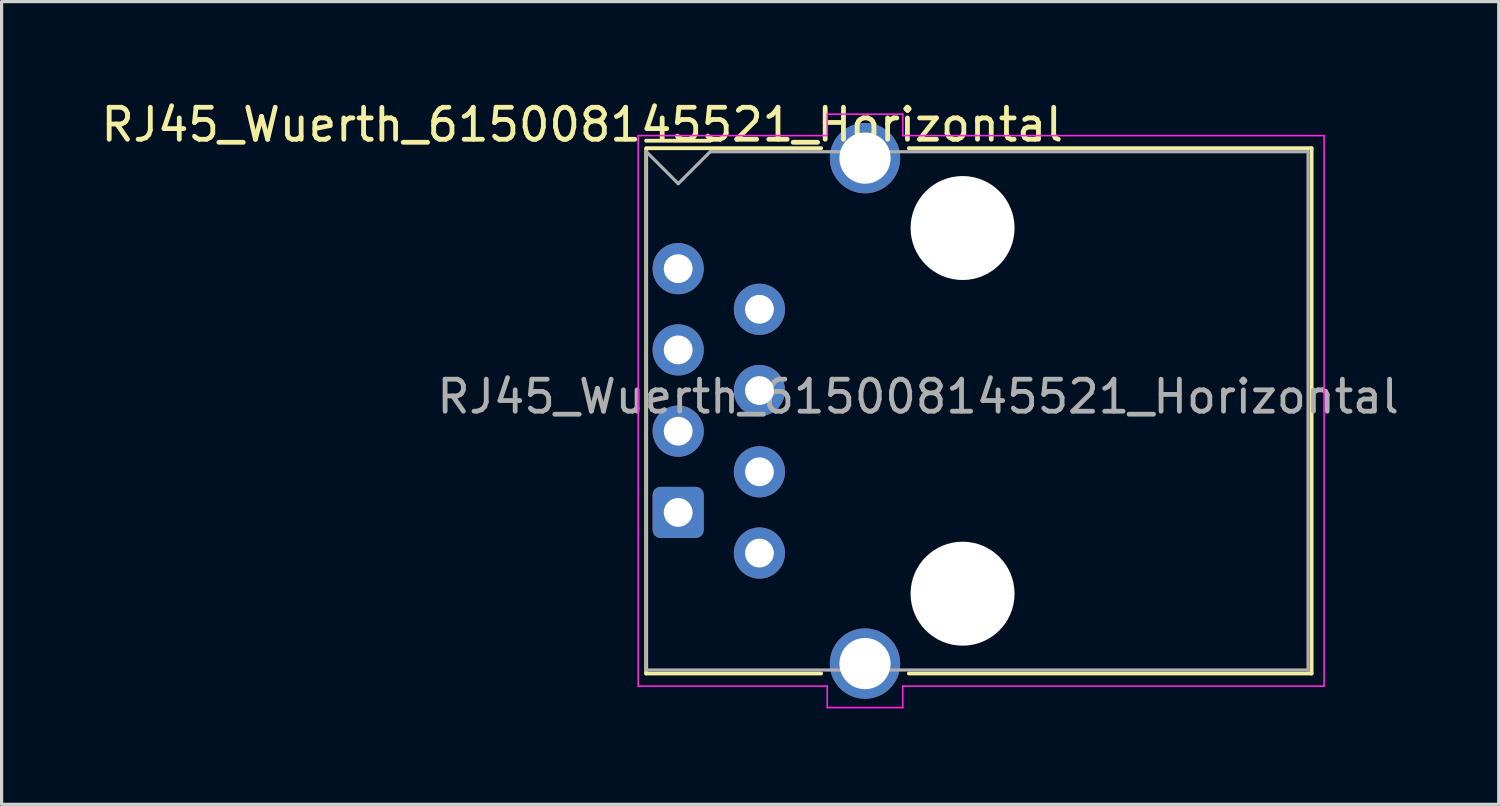
<source format=kicad_pcb>
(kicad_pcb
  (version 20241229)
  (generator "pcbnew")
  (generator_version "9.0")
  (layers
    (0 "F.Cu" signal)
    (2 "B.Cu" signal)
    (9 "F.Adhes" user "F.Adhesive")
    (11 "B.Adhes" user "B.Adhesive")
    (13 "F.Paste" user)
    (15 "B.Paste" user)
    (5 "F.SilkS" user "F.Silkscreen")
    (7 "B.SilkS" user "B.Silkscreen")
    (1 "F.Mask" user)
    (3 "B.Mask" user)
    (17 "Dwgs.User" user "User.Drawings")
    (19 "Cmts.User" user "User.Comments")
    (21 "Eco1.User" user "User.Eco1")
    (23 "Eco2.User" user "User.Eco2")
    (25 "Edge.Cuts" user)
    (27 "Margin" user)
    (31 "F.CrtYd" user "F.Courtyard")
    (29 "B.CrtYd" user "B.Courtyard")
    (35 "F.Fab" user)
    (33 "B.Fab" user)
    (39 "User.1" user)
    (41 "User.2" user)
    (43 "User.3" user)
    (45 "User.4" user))
  (footprint "RJ45_Wuerth_615008145521_Horizontal"
    (layer "F.Cu")
    (at 18.149 5.348)
    (property "Reference" "RJ45_Wuerth_615008145521_Horizontal" (at -3 -4.5 180) (layer "F.SilkS") (effects (font (size 1 1) (thickness 0.15))))
    (attr through_hole)
    (fp_line (start -1 -4) (end 1 -4) (stroke (width 0.12) (type solid)) (layer "F.SilkS"))
    (fp_line (start -1 -3.75) (end -1 12.655) (stroke (width 0.12) (type solid)) (layer "F.SilkS"))
    (fp_line (start -1 12.655) (end 4.47 12.655) (stroke (width 0.12) (type solid)) (layer "F.SilkS"))
    (fp_line (start 4.47 -3.765) (end -1 -3.765) (stroke (width 0.12) (type solid)) (layer "F.SilkS"))
    (fp_line (start 7.21 12.655) (end 19.8 12.655) (stroke (width 0.12) (type solid)) (layer "F.SilkS"))
    (fp_line (start 19.8 -3.765) (end 7.21 -3.765) (stroke (width 0.12) (type solid)) (layer "F.SilkS"))
    (fp_line (start 19.8 12.655) (end 19.8 -3.765) (stroke (width 0.12) (type solid)) (layer "F.SilkS"))
    (fp_line (start -1.25 -4.16) (end -1.25 13.05) (stroke (width 0.05) (type solid)) (layer "F.CrtYd"))
    (fp_line (start 4.66 -4.83) (end 4.66 -4.16) (stroke (width 0.05) (type solid)) (layer "F.CrtYd"))
    (fp_line (start 4.66 -4.16) (end -1.25 -4.16) (stroke (width 0.05) (type solid)) (layer "F.CrtYd"))
    (fp_line (start 4.66 13.05) (end -1.25 13.05) (stroke (width 0.05) (type solid)) (layer "F.CrtYd"))
    (fp_line (start 4.66 13.05) (end 4.66 13.72) (stroke (width 0.05) (type solid)) (layer "F.CrtYd"))
    (fp_line (start 7.02 -4.83) (end 4.66 -4.83) (stroke (width 0.05) (type solid)) (layer "F.CrtYd"))
    (fp_line (start 7.02 -4.83) (end 7.02 -4.16) (stroke (width 0.05) (type solid)) (layer "F.CrtYd"))
    (fp_line (start 7.02 13.05) (end 7.02 13.72) (stroke (width 0.05) (type solid)) (layer "F.CrtYd"))
    (fp_line (start 7.02 13.72) (end 4.66 13.72) (stroke (width 0.05) (type solid)) (layer "F.CrtYd"))
    (fp_line (start 20.19 -4.16) (end 7.02 -4.16) (stroke (width 0.05) (type solid)) (layer "F.CrtYd"))
    (fp_line (start 20.19 13.05) (end 7.02 13.05) (stroke (width 0.05) (type solid)) (layer "F.CrtYd"))
    (fp_line (start 20.19 13.05) (end 20.19 -4.16) (stroke (width 0.05) (type solid)) (layer "F.CrtYd"))
    (fp_line (start -1 -3.655) (end -1 -3.66) (stroke (width 0.1) (type solid)) (layer "F.Fab"))
    (fp_line (start -1 -3.655) (end -1 12.545) (stroke (width 0.1) (type solid)) (layer "F.Fab"))
    (fp_line (start -1 12.545) (end 19.69 12.545) (stroke (width 0.1) (type solid)) (layer "F.Fab"))
    (fp_line (start 0 -2.66) (end -1 -3.66) (stroke (width 0.1) (type solid)) (layer "F.Fab"))
    (fp_line (start 0 -2.655) (end 1 -3.655) (stroke (width 0.1) (type solid)) (layer "F.Fab"))
    (fp_line (start 19.69 -3.655) (end 1 -3.655) (stroke (width 0.1) (type solid)) (layer "F.Fab"))
    (fp_line (start 19.69 12.545) (end 19.69 -3.655) (stroke (width 0.1) (type solid)) (layer "F.Fab"))
    (fp_text user "${REFERENCE}" (at 7.5 4 0) (layer "F.Fab") (effects (font (size 1 1) (thickness 0.15))))
    (pad "" np_thru_hole circle (at 8.89 -1.27 90) (size 3.25 3.25) (drill 3.25) (layers "*.Cu" "*.Mask"))
    (pad "" np_thru_hole circle (at 8.89 10.16 90) (size 3.25 3.25) (drill 3.25) (layers "*.Cu" "*.Mask"))
    (pad "1" thru_hole roundrect (at 0 7.62 90) (size 1.6 1.6) (drill 0.9) (layers "*.Cu" "*.Mask") (roundrect_rratio 0.155))
    (pad "2" thru_hole circle (at 2.54 8.89 90) (size 1.6 1.6) (drill 0.9) (layers "*.Cu" "*.Mask"))
    (pad "3" thru_hole circle (at 2.54 6.35 90) (size 1.6 1.6) (drill 0.9) (layers "*.Cu" "*.Mask"))
    (pad "4" thru_hole circle (at 2.54 3.81 90) (size 1.6 1.6) (drill 0.9) (layers "*.Cu" "*.Mask"))
    (pad "5" thru_hole circle (at 0 5.08 90) (size 1.6 1.6) (drill 0.9) (layers "*.Cu" "*.Mask"))
    (pad "6" thru_hole circle (at 0 2.54 90) (size 1.6 1.6) (drill 0.9) (layers "*.Cu" "*.Mask"))
    (pad "7" thru_hole circle (at 0 0 90) (size 1.6 1.6) (drill 0.9) (layers "*.Cu" "*.Mask"))
    (pad "8" thru_hole circle (at 2.54 1.27 90) (size 1.6 1.6) (drill 0.9) (layers "*.Cu" "*.Mask"))
    (pad "SH" thru_hole circle (at 5.84 -3.455 90) (size 2.2 2.2) (drill 1.6) (layers "*.Cu" "*.Mask"))
    (pad "SH" thru_hole circle (at 5.84 12.345 90) (size 2.2 2.2) (drill 1.6) (layers "*.Cu" "*.Mask")))
  (gr_rect
    (start -3 -3)
    (end 43.798 22.093)
    (stroke (width 0.1) (type default))
    (fill no)
    (layer "Edge.Cuts")))
</source>
